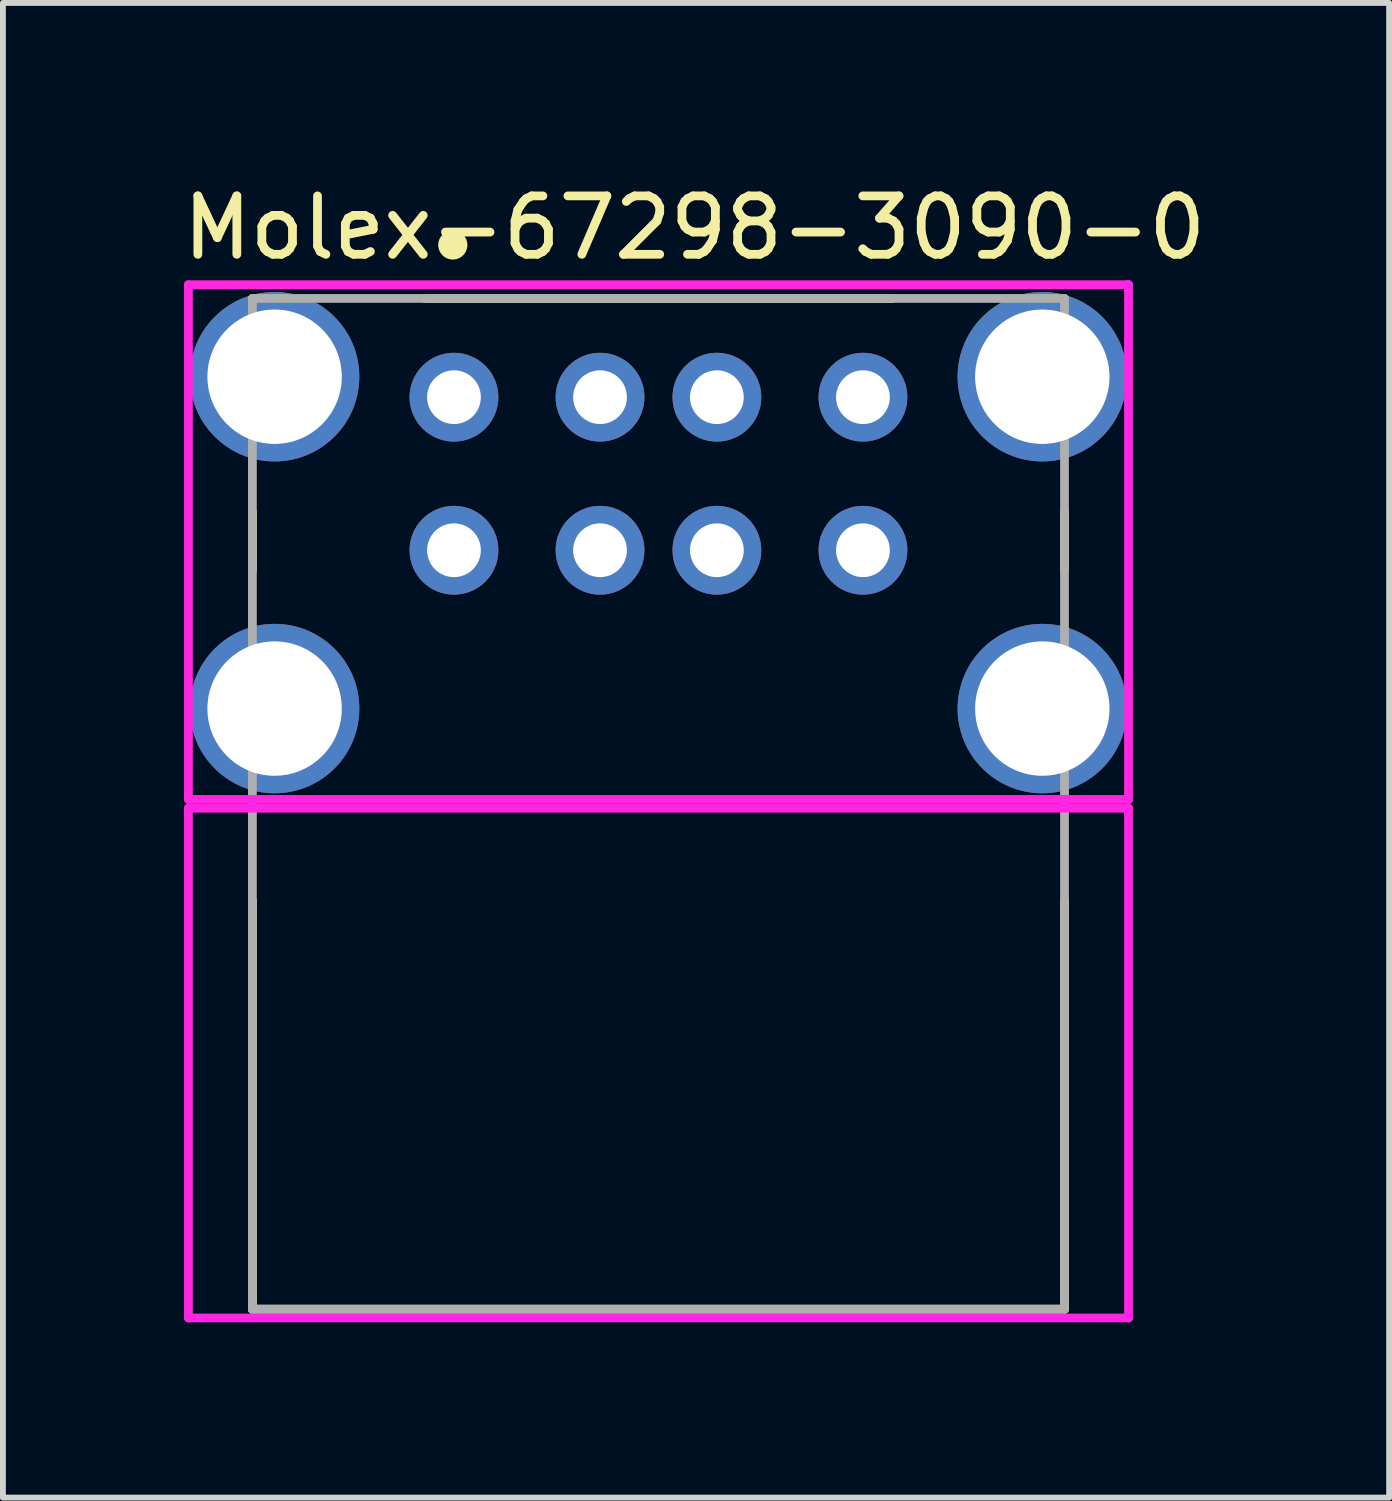
<source format=kicad_pcb>
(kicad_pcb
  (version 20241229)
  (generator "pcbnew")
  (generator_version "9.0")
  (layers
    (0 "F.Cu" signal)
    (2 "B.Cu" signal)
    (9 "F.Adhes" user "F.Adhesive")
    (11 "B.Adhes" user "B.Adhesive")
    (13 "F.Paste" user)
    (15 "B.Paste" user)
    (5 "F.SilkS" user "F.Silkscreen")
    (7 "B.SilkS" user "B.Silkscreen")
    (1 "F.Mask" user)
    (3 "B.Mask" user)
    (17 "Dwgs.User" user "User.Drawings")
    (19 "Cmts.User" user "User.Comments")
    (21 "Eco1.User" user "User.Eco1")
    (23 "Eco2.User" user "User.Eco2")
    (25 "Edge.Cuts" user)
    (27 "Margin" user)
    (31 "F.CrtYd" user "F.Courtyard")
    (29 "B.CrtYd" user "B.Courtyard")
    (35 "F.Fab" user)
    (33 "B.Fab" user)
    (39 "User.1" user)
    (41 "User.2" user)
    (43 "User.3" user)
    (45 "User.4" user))
  (footprint "Molex-67298-3090-0"
    (layer "F.Cu")
    (at 8.22 10.708)
    (property "Reference" "Molex-67298-3090-0" (at -8.22 -9.86 0) (layer "F.SilkS") (effects (font (size 1 1) (thickness 0.15)) (justify left)))
    (attr through_hole)
    (fp_line (start -6.95 -4) (end -6.95 -5) (stroke (width 0.15) (type solid)) (layer "F.SilkS"))
    (fp_line (start -6.95 8.65) (end -6.95 1.65) (stroke (width 0.15) (type solid)) (layer "F.SilkS"))
    (fp_line (start -6.95 8.65) (end 6.95 8.65) (stroke (width 0.15) (type solid)) (layer "F.SilkS"))
    (fp_line (start -4 -8.65) (end 4 -8.65) (stroke (width 0.15) (type solid)) (layer "F.SilkS"))
    (fp_line (start 6.95 -4) (end 6.95 -5) (stroke (width 0.15) (type solid)) (layer "F.SilkS"))
    (fp_line (start 6.95 8.65) (end 6.95 1.65) (stroke (width 0.15) (type solid)) (layer "F.SilkS"))
    (fp_circle (center -3.52 -9.565) (end -3.395 -9.565) (stroke (width 0.25) (type solid)) (fill no) (layer "F.SilkS"))
    (fp_line (start -8.045 0.075) (end -8.045 8.8) (stroke (width 0.15) (type solid)) (layer "F.CrtYd"))
    (fp_line (start -8.045 8.8) (end 8.045 8.8) (stroke (width 0.15) (type solid)) (layer "F.CrtYd"))
    (fp_line (start -8.045 -8.885) (end -8.045 -0.075) (stroke (width 0.15) (type solid)) (layer "F.CrtYd"))
    (fp_line (start -8.045 -0.075) (end 8.045 -0.075) (stroke (width 0.15) (type solid)) (layer "F.CrtYd"))
    (fp_line (start 8.045 0.075) (end -8.045 0.075) (stroke (width 0.15) (type solid)) (layer "F.CrtYd"))
    (fp_line (start 8.045 0.075) (end 8.045 0.075) (stroke (width 0.15) (type solid)) (layer "F.CrtYd"))
    (fp_line (start 8.045 8.8) (end 8.045 0.075) (stroke (width 0.15) (type solid)) (layer "F.CrtYd"))
    (fp_line (start 8.045 -8.885) (end -8.045 -8.885) (stroke (width 0.15) (type solid)) (layer "F.CrtYd"))
    (fp_line (start 8.045 -8.885) (end 8.045 -8.885) (stroke (width 0.15) (type solid)) (layer "F.CrtYd"))
    (fp_line (start 8.045 -0.075) (end 8.045 -8.885) (stroke (width 0.15) (type solid)) (layer "F.CrtYd"))
    (fp_line (start -6.95 -8.65) (end 6.95 -8.65) (stroke (width 0.15) (type solid)) (layer "F.Fab"))
    (fp_line (start -6.95 8.65) (end -6.95 -8.65) (stroke (width 0.15) (type solid)) (layer "F.Fab"))
    (fp_line (start 6.95 -8.65) (end 6.95 8.65) (stroke (width 0.15) (type solid)) (layer "F.Fab"))
    (fp_line (start 6.95 8.65) (end -6.95 8.65) (stroke (width 0.15) (type solid)) (layer "F.Fab"))
    (pad "1" thru_hole circle (at -3.5 -4.34) (size 1.52 1.52) (drill 0.92) (layers "*.Cu" "*.Mask"))
    (pad "2" thru_hole circle (at -1 -4.34) (size 1.52 1.52) (drill 0.92) (layers "*.Cu" "*.Mask"))
    (pad "3" thru_hole circle (at 1 -4.34) (size 1.52 1.52) (drill 0.92) (layers "*.Cu" "*.Mask"))
    (pad "4" thru_hole circle (at 3.5 -4.34) (size 1.52 1.52) (drill 0.92) (layers "*.Cu" "*.Mask"))
    (pad "5" thru_hole circle (at -3.5 -6.96) (size 1.52 1.52) (drill 0.92) (layers "*.Cu" "*.Mask"))
    (pad "6" thru_hole circle (at -1 -6.96) (size 1.52 1.52) (drill 0.92) (layers "*.Cu" "*.Mask"))
    (pad "7" thru_hole circle (at 1 -6.96) (size 1.52 1.52) (drill 0.92) (layers "*.Cu" "*.Mask"))
    (pad "8" thru_hole circle (at 3.5 -6.96) (size 1.52 1.52) (drill 0.92) (layers "*.Cu" "*.Mask"))
    (pad "9" thru_hole circle (at -6.57 -1.63) (size 2.9 2.9) (drill 2.3) (layers "*.Cu" "*.Mask"))
    (pad "10" thru_hole circle (at 6.57 -1.63) (size 2.9 2.9) (drill 2.3) (layers "*.Cu" "*.Mask"))
    (pad "11" thru_hole circle (at 6.57 -7.31) (size 2.9 2.9) (drill 2.3) (layers "*.Cu" "*.Mask"))
    (pad "12" thru_hole circle (at -6.57 -7.31) (size 2.9 2.9) (drill 2.3) (layers "*.Cu" "*.Mask")))
  (gr_rect
    (start -3 -3)
    (end 20.726 22.583)
    (stroke (width 0.1) (type default))
    (fill no)
    (layer "Edge.Cuts")))
</source>
